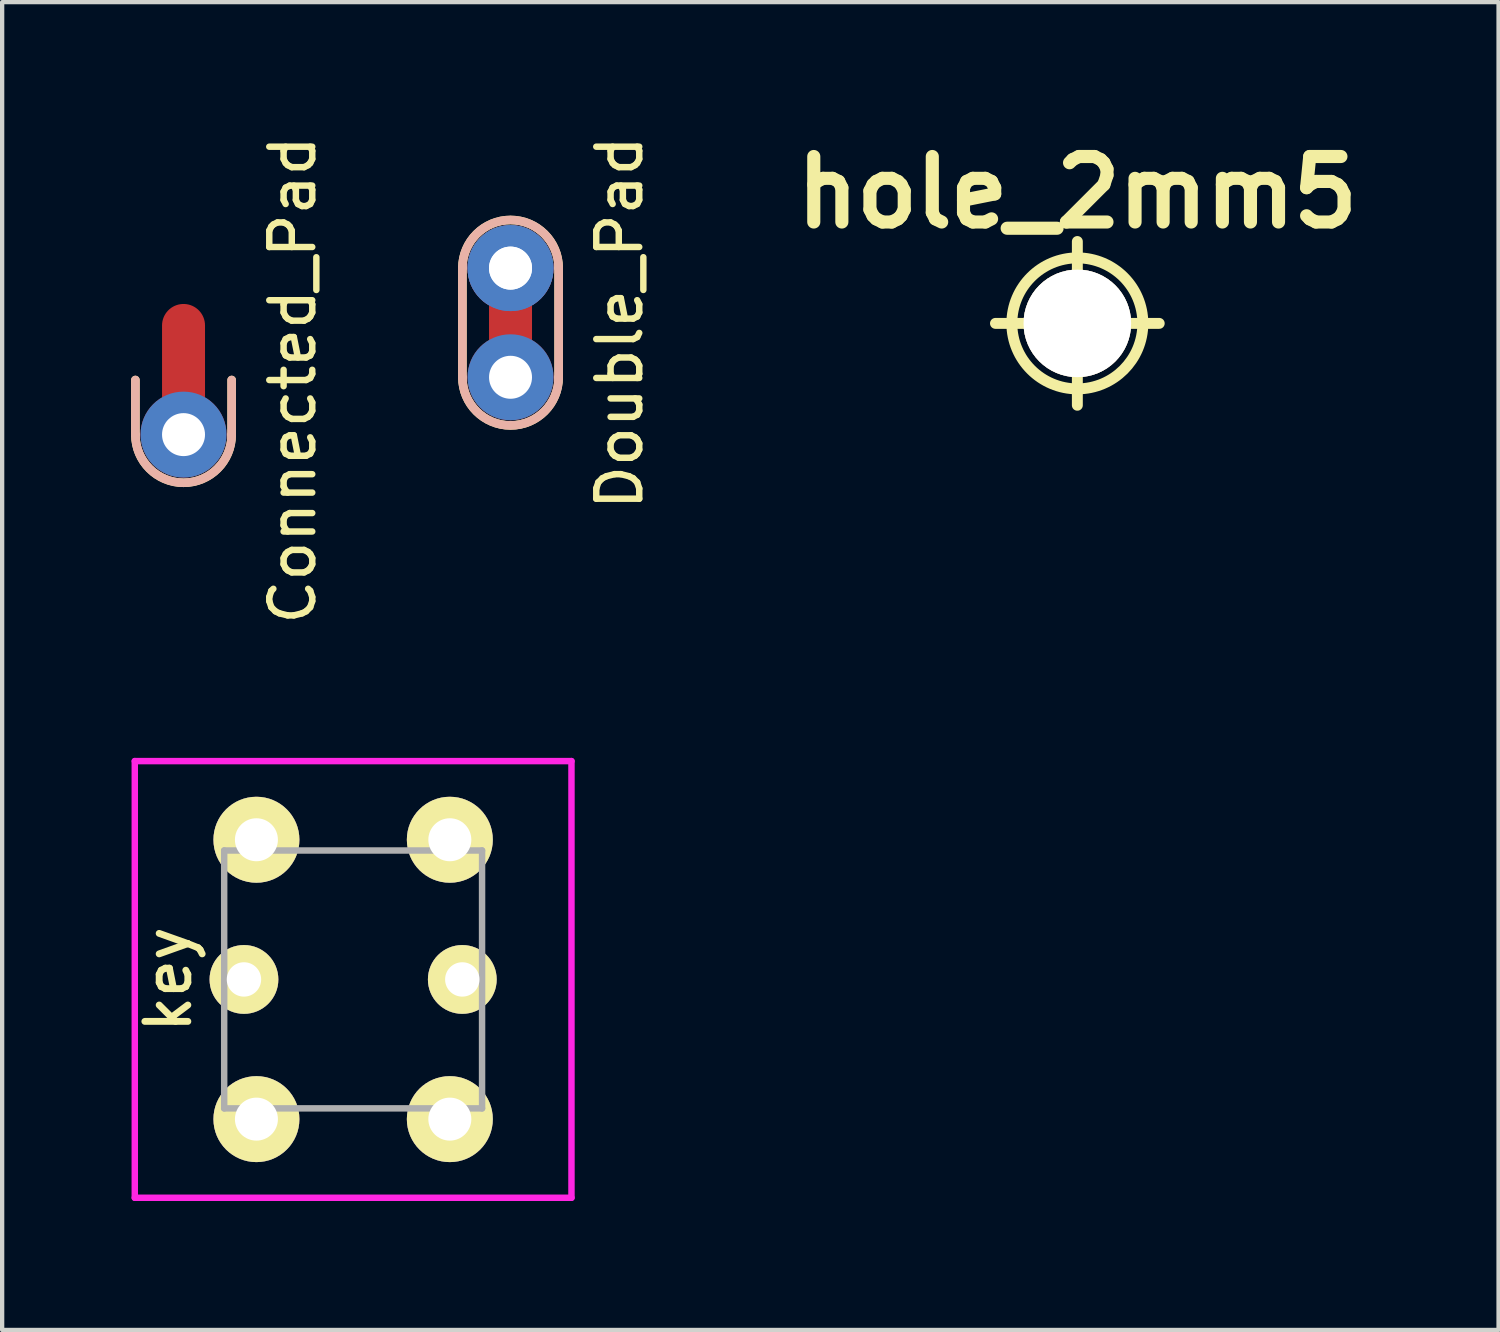
<source format=kicad_pcb>
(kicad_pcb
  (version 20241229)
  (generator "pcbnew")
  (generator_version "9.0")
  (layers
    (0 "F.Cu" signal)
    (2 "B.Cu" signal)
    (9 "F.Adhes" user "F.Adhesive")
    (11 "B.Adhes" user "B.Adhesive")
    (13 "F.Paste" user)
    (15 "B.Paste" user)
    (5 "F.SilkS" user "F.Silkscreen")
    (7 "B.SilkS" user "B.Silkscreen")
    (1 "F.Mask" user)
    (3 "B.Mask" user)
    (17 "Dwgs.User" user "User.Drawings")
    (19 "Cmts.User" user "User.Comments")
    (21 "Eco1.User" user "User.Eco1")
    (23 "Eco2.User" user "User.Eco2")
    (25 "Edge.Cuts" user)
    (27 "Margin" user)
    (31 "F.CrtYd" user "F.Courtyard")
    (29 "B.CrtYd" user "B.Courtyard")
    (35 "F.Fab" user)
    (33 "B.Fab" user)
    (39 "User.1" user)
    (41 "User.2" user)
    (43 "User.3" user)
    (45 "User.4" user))
  (footprint "Connected_Pad"
    (layer "F.Cu")
    (at 1.22 5.792)
    (property "Reference" "Connected_Pad" (at 2.54 0 90) (layer "F.SilkS") (effects (font (size 1 1) (thickness 0.15))))
    (attr through_hole)
    (fp_line (start 0 1.27) (end 0 -1.27) (stroke (width 1) (type solid)) (layer "F.Cu"))
    (fp_line (start -1.12 0) (end -1.12 1.27) (stroke (width 0.2) (type solid)) (layer "F.SilkS"))
    (fp_line (start 1.12 0) (end 1.12 1.27) (stroke (width 0.2) (type solid)) (layer "F.SilkS"))
    (fp_arc (start 1.12 1.27) (mid 0 2.39) (end -1.12 1.27) (stroke (width 0.2) (type solid)) (layer "F.SilkS"))
    (fp_line (start -1.12 0) (end -1.12 1.27) (stroke (width 0.2) (type solid)) (layer "B.SilkS"))
    (fp_line (start 1.12 0) (end 1.12 1.27) (stroke (width 0.2) (type solid)) (layer "B.SilkS"))
    (fp_arc (start 1.12 1.27) (mid 0 2.39) (end -1.12 1.27) (stroke (width 0.2) (type solid)) (layer "B.SilkS"))
    (pad "1" thru_hole circle (at 0 1.27 90) (size 2 2) (drill 1) (layers "*.Cu" "*.Mask")))
  (footprint "hole_2mm5"
    (layer "F.Cu")
    (at 22.016 4.474)
    (property "Reference" "hole_2mm5" (at 0 -3.048 0) (layer "F.SilkS") (effects (font (size 1.524 1.524) (thickness 0.305))))
    (attr through_hole)
    (fp_line (start -1.905 0) (end 1.905 0) (stroke (width 0.254) (type solid)) (layer "F.SilkS"))
    (fp_line (start 0 -1.905) (end 0 1.905) (stroke (width 0.254) (type solid)) (layer "F.SilkS"))
    (fp_circle (center 0 0) (end 1.524 0) (stroke (width 0.254) (type solid)) (fill no) (layer "F.SilkS"))
    (pad "1" thru_hole circle (at 0 0) (size 2.502 2.502) (drill 2.502) (layers "*.Cu" "F.SilkS")))
  (footprint "key"
    (layer "F.Cu")
    (at 5.166 19.738)
    (property "Reference" "key" (at -4.3 0 90) (layer "F.SilkS") (effects (font (size 1 1) (thickness 0.16))))
    (attr through_hole)
    (fp_line (start -5.08 -5.08) (end -5.08 5.08) (stroke (width 0.15) (type solid)) (layer "F.CrtYd"))
    (fp_line (start -5.08 5.08) (end 5.08 5.08) (stroke (width 0.15) (type solid)) (layer "F.CrtYd"))
    (fp_line (start 5.08 -5.08) (end -5.08 -5.08) (stroke (width 0.15) (type solid)) (layer "F.CrtYd"))
    (fp_line (start 5.08 5.08) (end 5.08 -5.08) (stroke (width 0.15) (type solid)) (layer "F.CrtYd"))
    (fp_line (start -3 -3) (end 3 -3) (stroke (width 0.15) (type solid)) (layer "F.Fab"))
    (fp_line (start -3 0) (end -3 -3) (stroke (width 0.15) (type solid)) (layer "F.Fab"))
    (fp_line (start -3 3) (end -3 0) (stroke (width 0.15) (type solid)) (layer "F.Fab"))
    (fp_line (start 3 -3) (end 3 3) (stroke (width 0.15) (type solid)) (layer "F.Fab"))
    (fp_line (start 3 3) (end -3 3) (stroke (width 0.15) (type solid)) (layer "F.Fab"))
    (pad "1" thru_hole circle (at -2.25 -3.25) (size 2 2) (drill 1) (layers "*.Cu" "*.Mask" "F.SilkS"))
    (pad "2" thru_hole circle (at 2.25 -3.25) (size 2 2) (drill 1) (layers "*.Cu" "*.Mask" "F.SilkS"))
    (pad "3" thru_hole circle (at -2.25 3.25) (size 2 2) (drill 1) (layers "*.Cu" "*.Mask" "F.SilkS"))
    (pad "4" thru_hole circle (at 2.25 3.25) (size 2 2) (drill 1) (layers "*.Cu" "*.Mask" "F.SilkS"))
    (pad "5" thru_hole circle (at -2.54 0) (size 1.6 1.6) (drill 0.8) (layers "*.Cu" "*.Mask" "F.SilkS"))
    (pad "6" thru_hole circle (at 2.54 0) (size 1.6 1.6) (drill 0.8) (layers "*.Cu" "*.Mask" "F.SilkS")))
  (footprint "Double_Pad"
    (layer "F.Cu")
    (at 8.828 4.458)
    (property "Reference" "Double_Pad" (at 2.54 0 90) (layer "F.SilkS") (effects (font (size 1 1) (thickness 0.15))))
    (attr through_hole)
    (fp_line (start 0 1.27) (end 0 -1.27) (stroke (width 1) (type solid)) (layer "F.Cu"))
    (fp_line (start -1.12 1.27) (end -1.12 -1.27) (stroke (width 0.2) (type solid)) (layer "F.SilkS"))
    (fp_line (start 1.12 1.27) (end 1.12 -1.27) (stroke (width 0.2) (type solid)) (layer "F.SilkS"))
    (fp_arc (start -1.12 -1.27) (mid 0 -2.39) (end 1.12 -1.27) (stroke (width 0.2) (type solid)) (layer "F.SilkS"))
    (fp_arc (start 1.12 1.27) (mid 0 2.39) (end -1.12 1.27) (stroke (width 0.2) (type solid)) (layer "F.SilkS"))
    (fp_line (start -1.12 1.27) (end -1.12 -1.27) (stroke (width 0.2) (type solid)) (layer "B.SilkS"))
    (fp_line (start 1.12 1.27) (end 1.12 -1.27) (stroke (width 0.2) (type solid)) (layer "B.SilkS"))
    (fp_arc (start -1.12 -1.27) (mid 0 -2.39) (end 1.12 -1.27) (stroke (width 0.2) (type solid)) (layer "B.SilkS"))
    (fp_arc (start 1.12 1.27) (mid 0 2.39) (end -1.12 1.27) (stroke (width 0.2) (type solid)) (layer "B.SilkS"))
    (pad "1" thru_hole circle (at 0 -1.27 90) (size 2 2) (drill 1) (layers "*.Cu" "*.Mask"))
    (pad "1" thru_hole circle (at 0 -1.27 90) (size 2 2) (drill 1) (layers "*.Cu" "*.Mask"))
    (pad "1" thru_hole circle (at 0 1.27 90) (size 2 2) (drill 1) (layers "*.Cu" "*.Mask")))
  (gr_rect
    (start -3 -3)
    (end 31.816 27.893)
    (stroke (width 0.1) (type default))
    (fill no)
    (layer "Edge.Cuts")))
</source>
